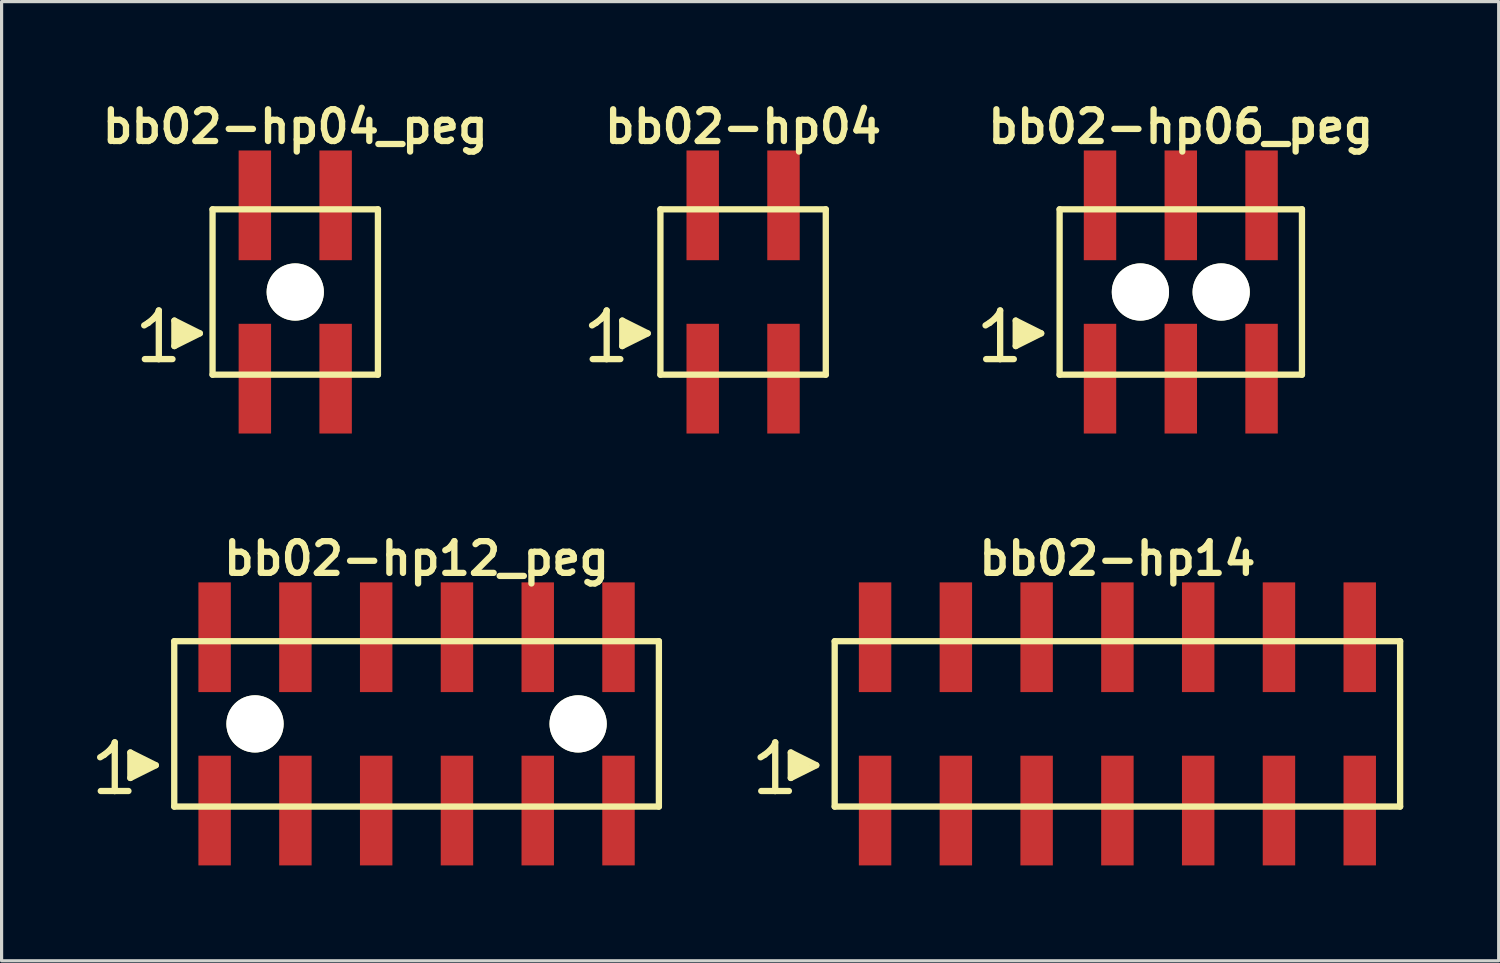
<source format=kicad_pcb>
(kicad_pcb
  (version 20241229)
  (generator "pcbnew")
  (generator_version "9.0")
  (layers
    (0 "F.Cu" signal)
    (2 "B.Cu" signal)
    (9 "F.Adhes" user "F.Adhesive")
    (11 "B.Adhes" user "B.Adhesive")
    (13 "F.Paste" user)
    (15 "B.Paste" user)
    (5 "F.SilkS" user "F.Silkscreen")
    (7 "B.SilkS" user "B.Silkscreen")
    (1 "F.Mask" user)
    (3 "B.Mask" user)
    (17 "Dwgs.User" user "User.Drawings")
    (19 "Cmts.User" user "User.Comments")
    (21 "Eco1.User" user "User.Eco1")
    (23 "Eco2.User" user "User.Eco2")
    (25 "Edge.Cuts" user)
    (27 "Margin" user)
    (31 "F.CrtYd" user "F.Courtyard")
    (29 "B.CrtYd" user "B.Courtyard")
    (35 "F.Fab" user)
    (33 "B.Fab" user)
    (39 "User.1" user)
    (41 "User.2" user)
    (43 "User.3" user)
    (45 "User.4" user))
  (footprint "bb02-hp14"
    (layer "F.Cu")
    (at 32.087 19.713)
    (property "Reference" "bb02-hp14" (at 0 -5.2 0) (layer "F.SilkS") (effects (font (size 0.998 0.998) (thickness 0.198))))
    (attr smd)
    (fp_line (start -11.22 1.05) (end -11.09 0.97) (stroke (width 0.198) (type solid)) (layer "F.SilkS"))
    (fp_line (start -11.09 0.97) (end -10.93 0.84) (stroke (width 0.198) (type solid)) (layer "F.SilkS"))
    (fp_line (start -10.93 0.84) (end -10.79 0.67) (stroke (width 0.198) (type solid)) (layer "F.SilkS"))
    (fp_line (start -10.79 0.67) (end -10.76 0.58) (stroke (width 0.198) (type solid)) (layer "F.SilkS"))
    (fp_line (start -10.76 0.58) (end -10.76 2.11) (stroke (width 0.198) (type solid)) (layer "F.SilkS"))
    (fp_line (start -10.76 2.11) (end -11.2 2.11) (stroke (width 0.198) (type solid)) (layer "F.SilkS"))
    (fp_line (start -10.33 2.11) (end -10.77 2.11) (stroke (width 0.198) (type solid)) (layer "F.SilkS"))
    (fp_line (start -10.27 0.9) (end -9.47 1.3) (stroke (width 0.198) (type solid)) (layer "F.SilkS"))
    (fp_line (start -10.27 1.7) (end -10.27 0.9) (stroke (width 0.198) (type solid)) (layer "F.SilkS"))
    (fp_line (start -10.17 1.6) (end -10.17 1) (stroke (width 0.198) (type solid)) (layer "F.SilkS"))
    (fp_line (start -10.07 1.1) (end -10.07 1.5) (stroke (width 0.198) (type solid)) (layer "F.SilkS"))
    (fp_line (start -9.97 1.5) (end -9.97 1.1) (stroke (width 0.198) (type solid)) (layer "F.SilkS"))
    (fp_line (start -9.87 1.2) (end -9.87 1.4) (stroke (width 0.198) (type solid)) (layer "F.SilkS"))
    (fp_line (start -9.77 1.4) (end -9.77 1.2) (stroke (width 0.198) (type solid)) (layer "F.SilkS"))
    (fp_line (start -9.47 1.3) (end -10.27 1.7) (stroke (width 0.198) (type solid)) (layer "F.SilkS"))
    (fp_line (start -8.89 -2.6) (end -8.89 2.6) (stroke (width 0.198) (type solid)) (layer "F.SilkS"))
    (fp_line (start -8.89 -2.6) (end 8.89 -2.6) (stroke (width 0.198) (type solid)) (layer "F.SilkS"))
    (fp_line (start 8.89 2.6) (end -8.89 2.6) (stroke (width 0.198) (type solid)) (layer "F.SilkS"))
    (fp_line (start 8.89 2.6) (end 8.89 -2.6) (stroke (width 0.198) (type solid)) (layer "F.SilkS"))
    (pad "1" smd rect (at -7.62 2.725) (size 1.02 3.45) (layers "F.Cu" "F.Mask" "F.Paste"))
    (pad "2" smd rect (at -7.62 -2.725) (size 1.02 3.45) (layers "F.Cu" "F.Mask" "F.Paste"))
    (pad "3" smd rect (at -5.08 2.725) (size 1.02 3.45) (layers "F.Cu" "F.Mask" "F.Paste"))
    (pad "4" smd rect (at -5.08 -2.725) (size 1.02 3.45) (layers "F.Cu" "F.Mask" "F.Paste"))
    (pad "5" smd rect (at -2.54 2.725) (size 1.02 3.45) (layers "F.Cu" "F.Mask" "F.Paste"))
    (pad "6" smd rect (at -2.54 -2.725) (size 1.02 3.45) (layers "F.Cu" "F.Mask" "F.Paste"))
    (pad "7" smd rect (at 0 2.725) (size 1.02 3.45) (layers "F.Cu" "F.Mask" "F.Paste"))
    (pad "8" smd rect (at 0 -2.725) (size 1.02 3.45) (layers "F.Cu" "F.Mask" "F.Paste"))
    (pad "9" smd rect (at 2.54 2.725) (size 1.02 3.45) (layers "F.Cu" "F.Mask" "F.Paste"))
    (pad "10" smd rect (at 2.54 -2.725) (size 1.02 3.45) (layers "F.Cu" "F.Mask" "F.Paste"))
    (pad "11" smd rect (at 5.08 2.725) (size 1.02 3.45) (layers "F.Cu" "F.Mask" "F.Paste"))
    (pad "12" smd rect (at 5.08 -2.725) (size 1.02 3.45) (layers "F.Cu" "F.Mask" "F.Paste"))
    (pad "13" smd rect (at 7.62 2.725) (size 1.02 3.45) (layers "F.Cu" "F.Mask" "F.Paste"))
    (pad "14" smd rect (at 7.62 -2.725) (size 1.02 3.45) (layers "F.Cu" "F.Mask" "F.Paste")))
  (footprint "bb02-hp04"
    (layer "F.Cu")
    (at 20.317 6.132)
    (property "Reference" "bb02-hp04" (at 0 -5.2 0) (layer "F.SilkS") (effects (font (size 0.998 0.998) (thickness 0.198))))
    (attr smd)
    (fp_line (start -4.75 1.05) (end -4.62 0.97) (stroke (width 0.198) (type solid)) (layer "F.SilkS"))
    (fp_line (start -4.62 0.97) (end -4.46 0.84) (stroke (width 0.198) (type solid)) (layer "F.SilkS"))
    (fp_line (start -4.46 0.84) (end -4.32 0.67) (stroke (width 0.198) (type solid)) (layer "F.SilkS"))
    (fp_line (start -4.32 0.67) (end -4.29 0.58) (stroke (width 0.198) (type solid)) (layer "F.SilkS"))
    (fp_line (start -4.29 0.58) (end -4.29 2.11) (stroke (width 0.198) (type solid)) (layer "F.SilkS"))
    (fp_line (start -4.29 2.11) (end -4.73 2.11) (stroke (width 0.198) (type solid)) (layer "F.SilkS"))
    (fp_line (start -3.86 2.11) (end -4.3 2.11) (stroke (width 0.198) (type solid)) (layer "F.SilkS"))
    (fp_line (start -3.8 0.9) (end -3 1.3) (stroke (width 0.198) (type solid)) (layer "F.SilkS"))
    (fp_line (start -3.8 1.7) (end -3.8 0.9) (stroke (width 0.198) (type solid)) (layer "F.SilkS"))
    (fp_line (start -3.7 1.6) (end -3.7 1) (stroke (width 0.198) (type solid)) (layer "F.SilkS"))
    (fp_line (start -3.6 1.1) (end -3.6 1.5) (stroke (width 0.198) (type solid)) (layer "F.SilkS"))
    (fp_line (start -3.5 1.5) (end -3.5 1.1) (stroke (width 0.198) (type solid)) (layer "F.SilkS"))
    (fp_line (start -3.4 1.2) (end -3.4 1.4) (stroke (width 0.198) (type solid)) (layer "F.SilkS"))
    (fp_line (start -3.3 1.4) (end -3.3 1.2) (stroke (width 0.198) (type solid)) (layer "F.SilkS"))
    (fp_line (start -3 1.3) (end -3.8 1.7) (stroke (width 0.198) (type solid)) (layer "F.SilkS"))
    (fp_line (start -2.6 -2.6) (end 2.6 -2.6) (stroke (width 0.198) (type solid)) (layer "F.SilkS"))
    (fp_line (start -2.6 2.6) (end -2.6 -2.6) (stroke (width 0.198) (type solid)) (layer "F.SilkS"))
    (fp_line (start 2.6 -2.6) (end 2.6 2.6) (stroke (width 0.198) (type solid)) (layer "F.SilkS"))
    (fp_line (start 2.6 2.6) (end -2.6 2.6) (stroke (width 0.198) (type solid)) (layer "F.SilkS"))
    (pad "1" smd rect (at -1.27 2.725) (size 1.02 3.45) (layers "F.Cu" "F.Mask" "F.Paste"))
    (pad "2" smd rect (at -1.27 -2.725) (size 1.02 3.45) (layers "F.Cu" "F.Mask" "F.Paste"))
    (pad "3" smd rect (at 1.27 2.725) (size 1.02 3.45) (layers "F.Cu" "F.Mask" "F.Paste"))
    (pad "4" smd rect (at 1.27 -2.725) (size 1.02 3.45) (layers "F.Cu" "F.Mask" "F.Paste")))
  (footprint "bb02-hp04_peg"
    (layer "F.Cu")
    (at 6.234 6.132)
    (property "Reference" "bb02-hp04_peg" (at 0 -5.2 0) (layer "F.SilkS") (effects (font (size 0.998 0.998) (thickness 0.198))))
    (attr smd)
    (fp_line (start -4.75 1.05) (end -4.62 0.97) (stroke (width 0.198) (type solid)) (layer "F.SilkS"))
    (fp_line (start -4.62 0.97) (end -4.46 0.84) (stroke (width 0.198) (type solid)) (layer "F.SilkS"))
    (fp_line (start -4.46 0.84) (end -4.32 0.67) (stroke (width 0.198) (type solid)) (layer "F.SilkS"))
    (fp_line (start -4.32 0.67) (end -4.29 0.58) (stroke (width 0.198) (type solid)) (layer "F.SilkS"))
    (fp_line (start -4.29 0.58) (end -4.29 2.11) (stroke (width 0.198) (type solid)) (layer "F.SilkS"))
    (fp_line (start -4.29 2.11) (end -4.73 2.11) (stroke (width 0.198) (type solid)) (layer "F.SilkS"))
    (fp_line (start -3.86 2.11) (end -4.3 2.11) (stroke (width 0.198) (type solid)) (layer "F.SilkS"))
    (fp_line (start -3.8 0.9) (end -3 1.3) (stroke (width 0.198) (type solid)) (layer "F.SilkS"))
    (fp_line (start -3.8 1.7) (end -3.8 0.9) (stroke (width 0.198) (type solid)) (layer "F.SilkS"))
    (fp_line (start -3.7 1.6) (end -3.7 1) (stroke (width 0.198) (type solid)) (layer "F.SilkS"))
    (fp_line (start -3.6 1.1) (end -3.6 1.5) (stroke (width 0.198) (type solid)) (layer "F.SilkS"))
    (fp_line (start -3.5 1.5) (end -3.5 1.1) (stroke (width 0.198) (type solid)) (layer "F.SilkS"))
    (fp_line (start -3.4 1.2) (end -3.4 1.4) (stroke (width 0.198) (type solid)) (layer "F.SilkS"))
    (fp_line (start -3.3 1.4) (end -3.3 1.2) (stroke (width 0.198) (type solid)) (layer "F.SilkS"))
    (fp_line (start -3 1.3) (end -3.8 1.7) (stroke (width 0.198) (type solid)) (layer "F.SilkS"))
    (fp_line (start -2.6 -2.6) (end -2.6 2.6) (stroke (width 0.198) (type solid)) (layer "F.SilkS"))
    (fp_line (start -2.6 2.6) (end 2.6 2.6) (stroke (width 0.198) (type solid)) (layer "F.SilkS"))
    (fp_line (start 2.6 -2.6) (end -2.6 -2.6) (stroke (width 0.198) (type solid)) (layer "F.SilkS"))
    (fp_line (start 2.6 2.6) (end 2.6 -2.6) (stroke (width 0.198) (type solid)) (layer "F.SilkS"))
    (pad "" np_thru_hole circle (at 0 0) (size 1.8 1.8) (drill 1.8) (layers "*.Cu" "*.Mask" "F.SilkS"))
    (pad "1" smd rect (at -1.27 2.725) (size 1.02 3.45) (layers "F.Cu" "F.Mask" "F.Paste"))
    (pad "2" smd rect (at -1.27 -2.725) (size 1.02 3.45) (layers "F.Cu" "F.Mask" "F.Paste"))
    (pad "3" smd rect (at 1.27 2.725) (size 1.02 3.45) (layers "F.Cu" "F.Mask" "F.Paste"))
    (pad "4" smd rect (at 1.27 -2.725) (size 1.02 3.45) (layers "F.Cu" "F.Mask" "F.Paste")))
  (footprint "bb02-hp06_peg"
    (layer "F.Cu")
    (at 34.08 6.132)
    (property "Reference" "bb02-hp06_peg" (at 0 -5.2 0) (layer "F.SilkS") (effects (font (size 0.998 0.998) (thickness 0.198))))
    (attr smd)
    (fp_line (start -6.14 1.05) (end -6.01 0.97) (stroke (width 0.198) (type solid)) (layer "F.SilkS"))
    (fp_line (start -6.01 0.97) (end -5.85 0.84) (stroke (width 0.198) (type solid)) (layer "F.SilkS"))
    (fp_line (start -5.85 0.84) (end -5.71 0.67) (stroke (width 0.198) (type solid)) (layer "F.SilkS"))
    (fp_line (start -5.71 0.67) (end -5.68 0.58) (stroke (width 0.198) (type solid)) (layer "F.SilkS"))
    (fp_line (start -5.68 0.58) (end -5.68 2.11) (stroke (width 0.198) (type solid)) (layer "F.SilkS"))
    (fp_line (start -5.68 2.11) (end -6.12 2.11) (stroke (width 0.198) (type solid)) (layer "F.SilkS"))
    (fp_line (start -5.25 2.11) (end -5.69 2.11) (stroke (width 0.198) (type solid)) (layer "F.SilkS"))
    (fp_line (start -5.19 0.9) (end -4.39 1.3) (stroke (width 0.198) (type solid)) (layer "F.SilkS"))
    (fp_line (start -5.19 1.7) (end -5.19 0.9) (stroke (width 0.198) (type solid)) (layer "F.SilkS"))
    (fp_line (start -5.09 1.6) (end -5.09 1) (stroke (width 0.198) (type solid)) (layer "F.SilkS"))
    (fp_line (start -4.99 1.1) (end -4.99 1.5) (stroke (width 0.198) (type solid)) (layer "F.SilkS"))
    (fp_line (start -4.89 1.5) (end -4.89 1.1) (stroke (width 0.198) (type solid)) (layer "F.SilkS"))
    (fp_line (start -4.79 1.2) (end -4.79 1.4) (stroke (width 0.198) (type solid)) (layer "F.SilkS"))
    (fp_line (start -4.69 1.4) (end -4.69 1.2) (stroke (width 0.198) (type solid)) (layer "F.SilkS"))
    (fp_line (start -4.39 1.3) (end -5.19 1.7) (stroke (width 0.198) (type solid)) (layer "F.SilkS"))
    (fp_line (start -3.81 -2.6) (end -3.81 2.6) (stroke (width 0.198) (type solid)) (layer "F.SilkS"))
    (fp_line (start -3.81 -2.6) (end 3.81 -2.6) (stroke (width 0.198) (type solid)) (layer "F.SilkS"))
    (fp_line (start 3.81 2.6) (end -3.81 2.6) (stroke (width 0.198) (type solid)) (layer "F.SilkS"))
    (fp_line (start 3.81 2.6) (end 3.81 -2.6) (stroke (width 0.198) (type solid)) (layer "F.SilkS"))
    (pad "" np_thru_hole circle (at -1.27 0) (size 1.8 1.8) (drill 1.8) (layers "*.Cu" "*.Mask" "F.SilkS"))
    (pad "" np_thru_hole circle (at 1.27 0) (size 1.8 1.8) (drill 1.8) (layers "*.Cu" "*.Mask" "F.SilkS"))
    (pad "1" smd rect (at -2.54 2.725) (size 1.02 3.45) (layers "F.Cu" "F.Mask" "F.Paste"))
    (pad "2" smd rect (at -2.54 -2.725) (size 1.02 3.45) (layers "F.Cu" "F.Mask" "F.Paste"))
    (pad "3" smd rect (at 0 2.725) (size 1.02 3.45) (layers "F.Cu" "F.Mask" "F.Paste"))
    (pad "4" smd rect (at 0 -2.725) (size 1.02 3.45) (layers "F.Cu" "F.Mask" "F.Paste"))
    (pad "5" smd rect (at 2.54 2.725) (size 1.02 3.45) (layers "F.Cu" "F.Mask" "F.Paste"))
    (pad "6" smd rect (at 2.54 -2.725) (size 1.02 3.45) (layers "F.Cu" "F.Mask" "F.Paste")))
  (footprint "bb02-hp12_peg"
    (layer "F.Cu")
    (at 10.049 19.713)
    (property "Reference" "bb02-hp12_peg" (at 0 -5.2 0) (layer "F.SilkS") (effects (font (size 0.998 0.998) (thickness 0.198))))
    (attr smd)
    (fp_line (start -9.95 1.05) (end -9.82 0.97) (stroke (width 0.198) (type solid)) (layer "F.SilkS"))
    (fp_line (start -9.82 0.97) (end -9.66 0.84) (stroke (width 0.198) (type solid)) (layer "F.SilkS"))
    (fp_line (start -9.66 0.84) (end -9.52 0.67) (stroke (width 0.198) (type solid)) (layer "F.SilkS"))
    (fp_line (start -9.52 0.67) (end -9.49 0.58) (stroke (width 0.198) (type solid)) (layer "F.SilkS"))
    (fp_line (start -9.49 0.58) (end -9.49 2.11) (stroke (width 0.198) (type solid)) (layer "F.SilkS"))
    (fp_line (start -9.49 2.11) (end -9.93 2.11) (stroke (width 0.198) (type solid)) (layer "F.SilkS"))
    (fp_line (start -9.06 2.11) (end -9.5 2.11) (stroke (width 0.198) (type solid)) (layer "F.SilkS"))
    (fp_line (start -9 0.9) (end -8.2 1.3) (stroke (width 0.198) (type solid)) (layer "F.SilkS"))
    (fp_line (start -9 1.7) (end -9 0.9) (stroke (width 0.198) (type solid)) (layer "F.SilkS"))
    (fp_line (start -8.9 1.6) (end -8.9 1) (stroke (width 0.198) (type solid)) (layer "F.SilkS"))
    (fp_line (start -8.8 1.1) (end -8.8 1.5) (stroke (width 0.198) (type solid)) (layer "F.SilkS"))
    (fp_line (start -8.7 1.5) (end -8.7 1.1) (stroke (width 0.198) (type solid)) (layer "F.SilkS"))
    (fp_line (start -8.6 1.2) (end -8.6 1.4) (stroke (width 0.198) (type solid)) (layer "F.SilkS"))
    (fp_line (start -8.5 1.4) (end -8.5 1.2) (stroke (width 0.198) (type solid)) (layer "F.SilkS"))
    (fp_line (start -8.2 1.3) (end -9 1.7) (stroke (width 0.198) (type solid)) (layer "F.SilkS"))
    (fp_line (start -7.62 -2.6) (end -7.62 2.6) (stroke (width 0.198) (type solid)) (layer "F.SilkS"))
    (fp_line (start -7.62 -2.6) (end 7.62 -2.6) (stroke (width 0.198) (type solid)) (layer "F.SilkS"))
    (fp_line (start 7.62 2.6) (end -7.62 2.6) (stroke (width 0.198) (type solid)) (layer "F.SilkS"))
    (fp_line (start 7.62 2.6) (end 7.62 -2.6) (stroke (width 0.198) (type solid)) (layer "F.SilkS"))
    (pad "" np_thru_hole circle (at -5.08 0) (size 1.8 1.8) (drill 1.8) (layers "*.Cu" "*.Mask" "F.SilkS"))
    (pad "" np_thru_hole circle (at 5.08 0) (size 1.8 1.8) (drill 1.8) (layers "*.Cu" "*.Mask" "F.SilkS"))
    (pad "1" smd rect (at -6.35 2.725) (size 1.02 3.45) (layers "F.Cu" "F.Mask" "F.Paste"))
    (pad "2" smd rect (at -6.35 -2.725) (size 1.02 3.45) (layers "F.Cu" "F.Mask" "F.Paste"))
    (pad "3" smd rect (at -3.81 2.725) (size 1.02 3.45) (layers "F.Cu" "F.Mask" "F.Paste"))
    (pad "4" smd rect (at -3.81 -2.725) (size 1.02 3.45) (layers "F.Cu" "F.Mask" "F.Paste"))
    (pad "5" smd rect (at -1.27 2.725) (size 1.02 3.45) (layers "F.Cu" "F.Mask" "F.Paste"))
    (pad "6" smd rect (at -1.27 -2.725) (size 1.02 3.45) (layers "F.Cu" "F.Mask" "F.Paste"))
    (pad "7" smd rect (at 1.27 2.725) (size 1.02 3.45) (layers "F.Cu" "F.Mask" "F.Paste"))
    (pad "8" smd rect (at 1.27 -2.725) (size 1.02 3.45) (layers "F.Cu" "F.Mask" "F.Paste"))
    (pad "9" smd rect (at 3.81 2.725) (size 1.02 3.45) (layers "F.Cu" "F.Mask" "F.Paste"))
    (pad "10" smd rect (at 3.81 -2.725) (size 1.02 3.45) (layers "F.Cu" "F.Mask" "F.Paste"))
    (pad "11" smd rect (at 6.35 2.725) (size 1.02 3.45) (layers "F.Cu" "F.Mask" "F.Paste"))
    (pad "12" smd rect (at 6.35 -2.725) (size 1.02 3.45) (layers "F.Cu" "F.Mask" "F.Paste")))
  (gr_rect
    (start -3 -3)
    (end 44.076 27.163)
    (stroke (width 0.1) (type default))
    (fill no)
    (layer "Edge.Cuts")))
</source>
